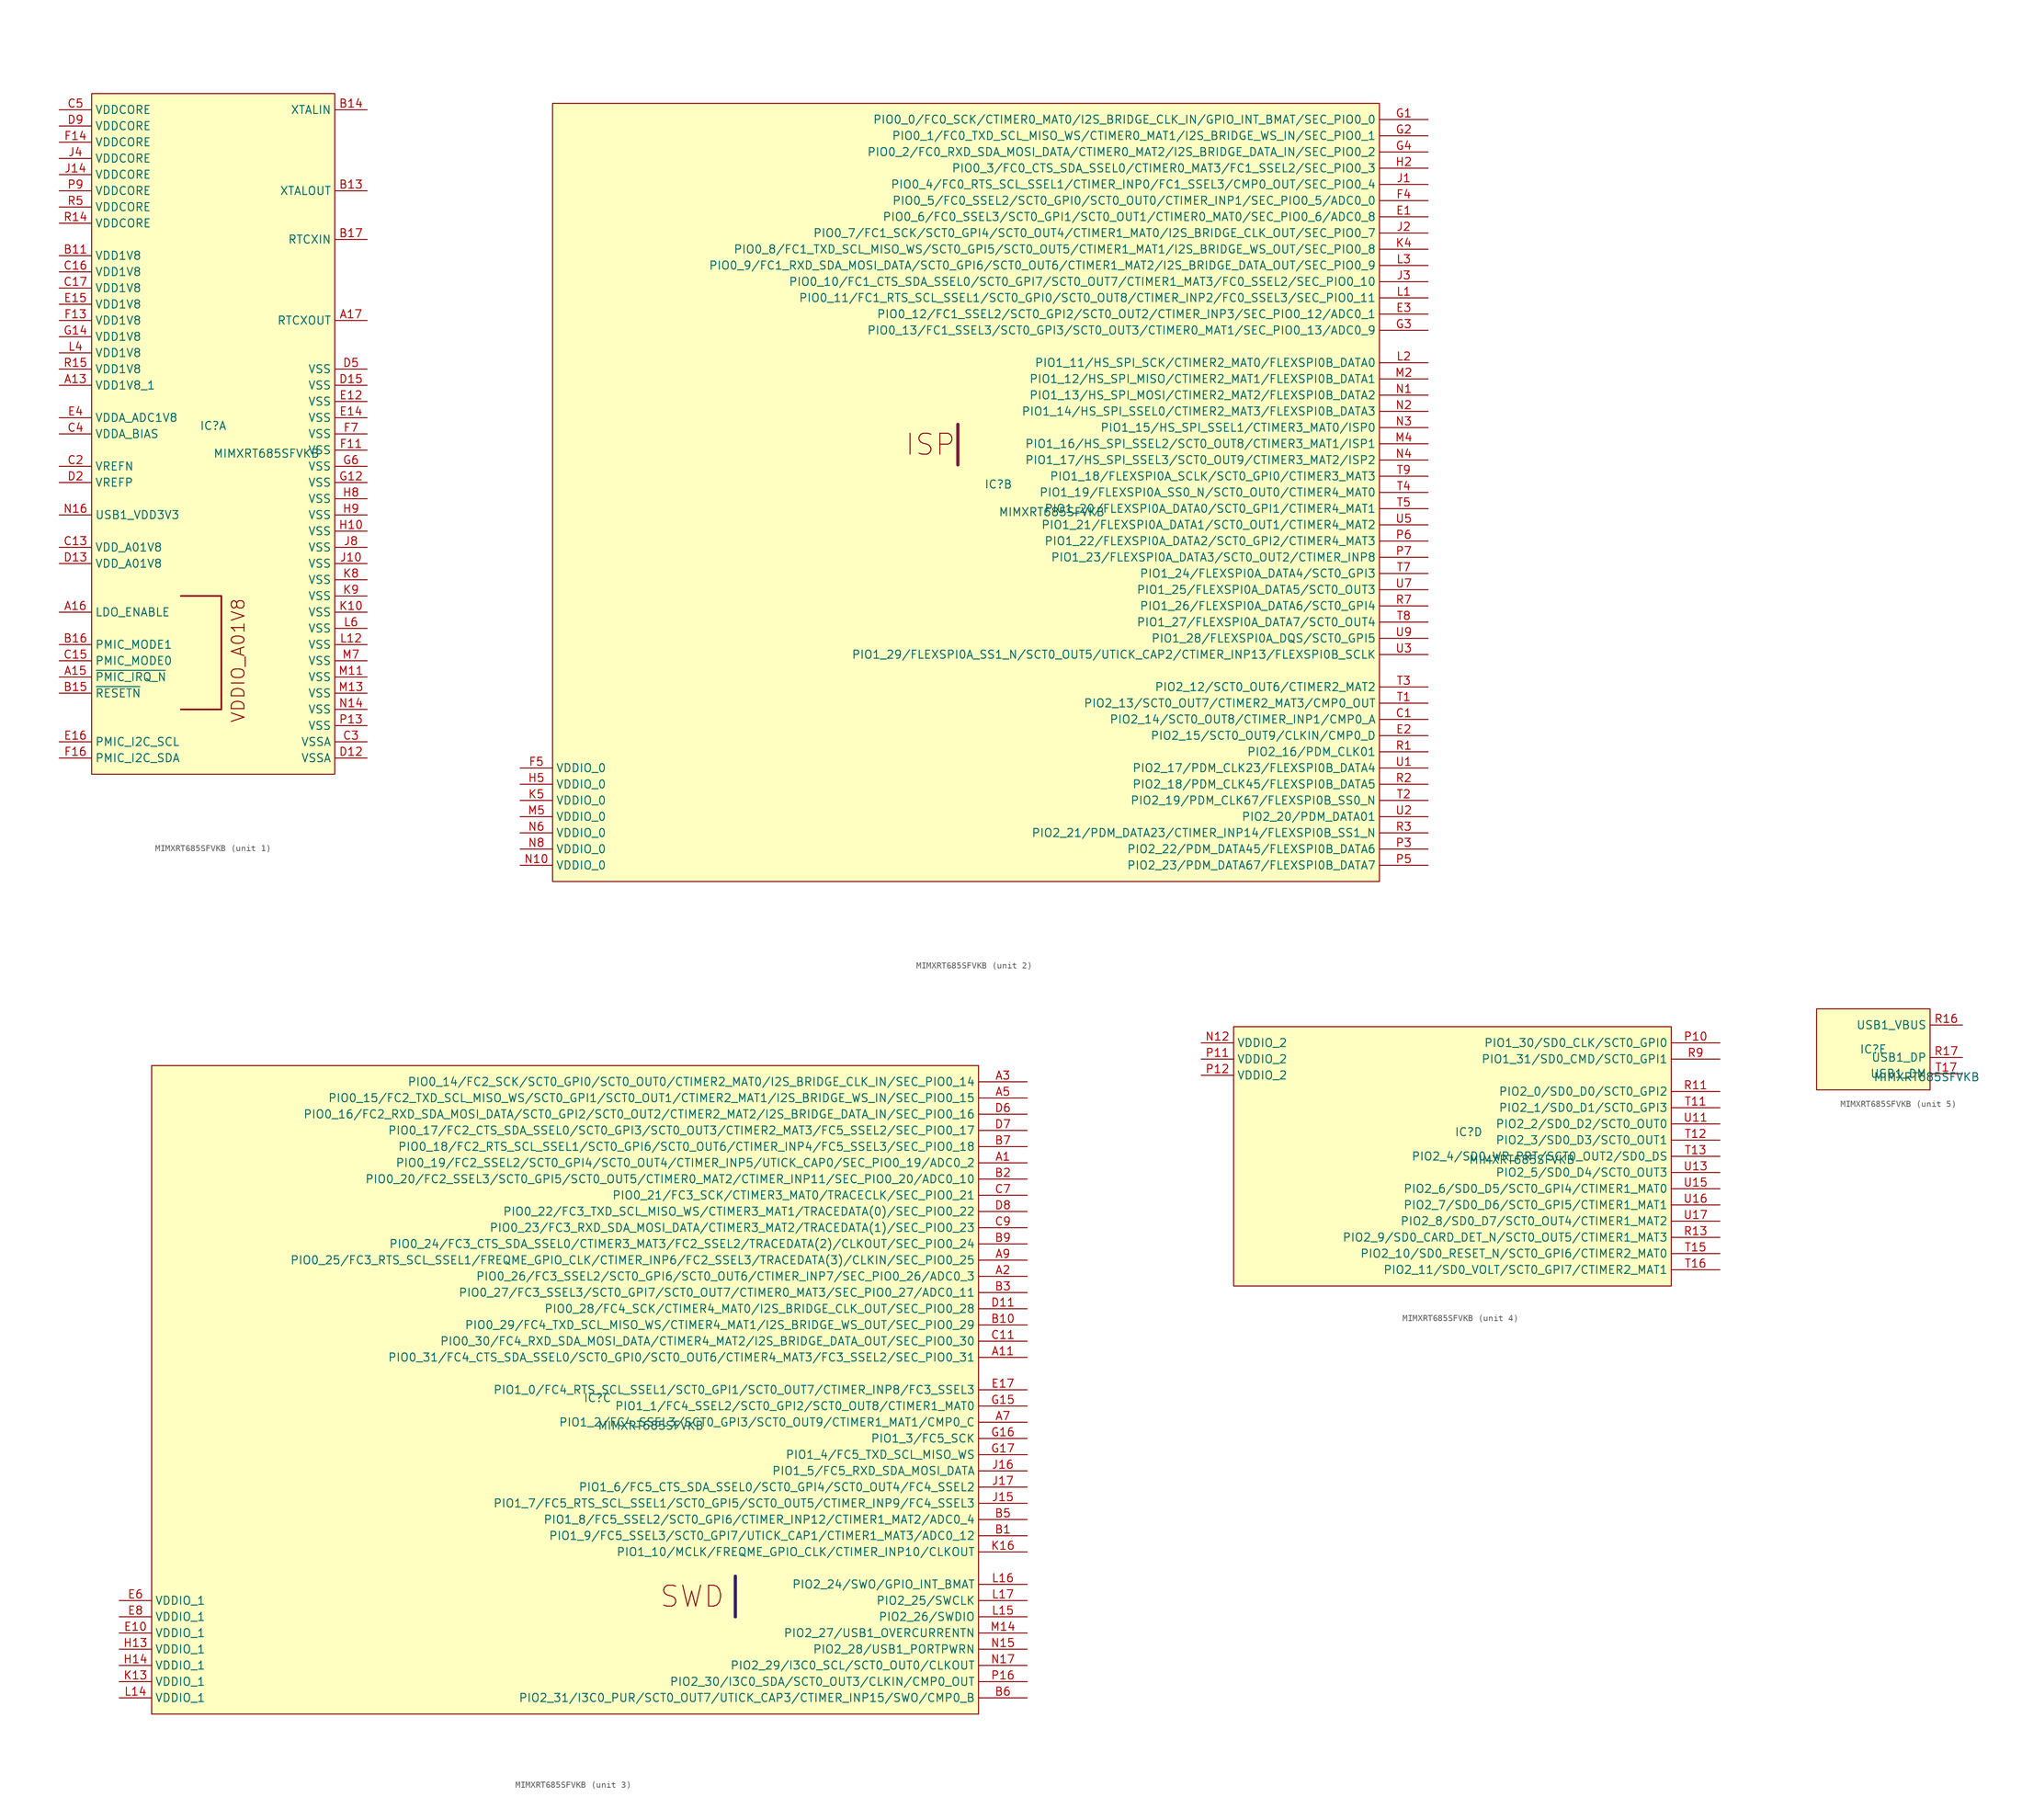
<source format=kicad_sym>
(kicad_symbol_lib
  (version 20231120)
  (generator "kicad_symbol_editor")
  (generator_version "8.0")
  (symbol "MIMXRT685SFVKB"
    (property "Reference" "IC"
      (at -1.27 1.27 0)
      (effects (font (size 1.27 1.27))))
    (property "Value" "MIMXRT685SFVKB"
      (at -1.27 -3.81 0)
      (effects (font (size 1.27 1.27)) (justify left bottom)))
    (symbol "MIMXRT685SFVKB_1_0"
      (rectangle (start -20.32 53.34) (end 17.78 -53.34) (stroke (width 0) (type solid) (color 128 0 0 1)) (fill (type background)))
      (polyline (pts (xy 0 -43.18) (xy -6.35 -43.18)) (stroke (width 0.254) (type solid)) (fill (type none)))
      (polyline (pts (xy 0 -25.4) (xy -6.35 -25.4)) (stroke (width 0.254) (type solid)) (fill (type none)))
      (polyline (pts (xy 0 -25.4) (xy 0 -43.18)) (stroke (width 0.254) (type solid)) (fill (type none)))
      (text "VDDIO_A01V8" (at 3.81 -25.654 900) (effects (font (size 2.007 2.007)) (justify right bottom)))
      (pin power_in line (at -25.4 7.62 0) (length 5.08) (name "VDD1V8_1" (effects (font (size 1.27 1.27)))) (number "A13" (effects (font (size 1.27 1.27)))))
      (pin input line (at -25.4 -38.1 0) (length 5.08) (name "~{PMIC_IRQ_N}" (effects (font (size 1.27 1.27)))) (number "A15" (effects (font (size 1.27 1.27)))))
      (pin input line (at -25.4 -27.94 0) (length 5.08) (name "LDO_ENABLE" (effects (font (size 1.27 1.27)))) (number "A16" (effects (font (size 1.27 1.27)))))
      (pin output line (at 22.86 17.78 180) (length 5.08) (name "RTCXOUT" (effects (font (size 1.27 1.27)))) (number "A17" (effects (font (size 1.27 1.27)))))
      (pin power_in line (at -25.4 27.94 0) (length 5.08) (name "VDD1V8" (effects (font (size 1.27 1.27)))) (number "B11" (effects (font (size 1.27 1.27)))))
      (pin output line (at 22.86 38.1 180) (length 5.08) (name "XTALOUT" (effects (font (size 1.27 1.27)))) (number "B13" (effects (font (size 1.27 1.27)))))
      (pin input line (at 22.86 50.8 180) (length 5.08) (name "XTALIN" (effects (font (size 1.27 1.27)))) (number "B14" (effects (font (size 1.27 1.27)))))
      (pin input line (at -25.4 -40.64 0) (length 5.08) (name "~{RESETN}" (effects (font (size 1.27 1.27)))) (number "B15" (effects (font (size 1.27 1.27)))))
      (pin output line (at -25.4 -33.02 0) (length 5.08) (name "PMIC_MODE1" (effects (font (size 1.27 1.27)))) (number "B16" (effects (font (size 1.27 1.27)))))
      (pin input line (at 22.86 30.48 180) (length 5.08) (name "RTCXIN" (effects (font (size 1.27 1.27)))) (number "B17" (effects (font (size 1.27 1.27)))))
      (pin power_in line (at -25.4 -17.78 0) (length 5.08) (name "VDD_A01V8" (effects (font (size 1.27 1.27)))) (number "C13" (effects (font (size 1.27 1.27)))))
      (pin output line (at -25.4 -35.56 0) (length 5.08) (name "PMIC_MODE0" (effects (font (size 1.27 1.27)))) (number "C15" (effects (font (size 1.27 1.27)))))
      (pin power_in line (at -25.4 25.4 0) (length 5.08) (name "VDD1V8" (effects (font (size 1.27 1.27)))) (number "C16" (effects (font (size 1.27 1.27)))))
      (pin power_in line (at -25.4 22.86 0) (length 5.08) (name "VDD1V8" (effects (font (size 1.27 1.27)))) (number "C17" (effects (font (size 1.27 1.27)))))
      (pin power_in line (at -25.4 -5.08 0) (length 5.08) (name "VREFN" (effects (font (size 1.27 1.27)))) (number "C2" (effects (font (size 1.27 1.27)))))
      (pin power_in line (at 22.86 -48.26 180) (length 5.08) (name "VSSA" (effects (font (size 1.27 1.27)))) (number "C3" (effects (font (size 1.27 1.27)))))
      (pin power_in line (at -25.4 0 0) (length 5.08) (name "VDDA_BIAS" (effects (font (size 1.27 1.27)))) (number "C4" (effects (font (size 1.27 1.27)))))
      (pin power_in line (at -25.4 50.8 0) (length 5.08) (name "VDDCORE" (effects (font (size 1.27 1.27)))) (number "C5" (effects (font (size 1.27 1.27)))))
      (pin power_in line (at 22.86 -50.8 180) (length 5.08) (name "VSSA" (effects (font (size 1.27 1.27)))) (number "D12" (effects (font (size 1.27 1.27)))))
      (pin power_in line (at -25.4 -20.32 0) (length 5.08) (name "VDD_A01V8" (effects (font (size 1.27 1.27)))) (number "D13" (effects (font (size 1.27 1.27)))))
      (pin power_in line (at 22.86 7.62 180) (length 5.08) (name "VSS" (effects (font (size 1.27 1.27)))) (number "D15" (effects (font (size 1.27 1.27)))))
      (pin power_in line (at -25.4 -7.62 0) (length 5.08) (name "VREFP" (effects (font (size 1.27 1.27)))) (number "D2" (effects (font (size 1.27 1.27)))))
      (pin power_in line (at 22.86 10.16 180) (length 5.08) (name "VSS" (effects (font (size 1.27 1.27)))) (number "D5" (effects (font (size 1.27 1.27)))))
      (pin power_in line (at -25.4 48.26 0) (length 5.08) (name "VDDCORE" (effects (font (size 1.27 1.27)))) (number "D9" (effects (font (size 1.27 1.27)))))
      (pin power_in line (at 22.86 5.08 180) (length 5.08) (name "VSS" (effects (font (size 1.27 1.27)))) (number "E12" (effects (font (size 1.27 1.27)))))
      (pin power_in line (at 22.86 2.54 180) (length 5.08) (name "VSS" (effects (font (size 1.27 1.27)))) (number "E14" (effects (font (size 1.27 1.27)))))
      (pin power_in line (at -25.4 20.32 0) (length 5.08) (name "VDD1V8" (effects (font (size 1.27 1.27)))) (number "E15" (effects (font (size 1.27 1.27)))))
      (pin output line (at -25.4 -48.26 0) (length 5.08) (name "PMIC_I2C_SCL" (effects (font (size 1.27 1.27)))) (number "E16" (effects (font (size 1.27 1.27)))))
      (pin power_in line (at -25.4 2.54 0) (length 5.08) (name "VDDA_ADC1V8" (effects (font (size 1.27 1.27)))) (number "E4" (effects (font (size 1.27 1.27)))))
      (pin power_in line (at 22.86 -2.54 180) (length 5.08) (name "VSS" (effects (font (size 1.27 1.27)))) (number "F11" (effects (font (size 1.27 1.27)))))
      (pin power_in line (at -25.4 17.78 0) (length 5.08) (name "VDD1V8" (effects (font (size 1.27 1.27)))) (number "F13" (effects (font (size 1.27 1.27)))))
      (pin power_in line (at -25.4 45.72 0) (length 5.08) (name "VDDCORE" (effects (font (size 1.27 1.27)))) (number "F14" (effects (font (size 1.27 1.27)))))
      (pin bidirectional line (at -25.4 -50.8 0) (length 5.08) (name "PMIC_I2C_SDA" (effects (font (size 1.27 1.27)))) (number "F16" (effects (font (size 1.27 1.27)))))
      (pin power_in line (at 22.86 0 180) (length 5.08) (name "VSS" (effects (font (size 1.27 1.27)))) (number "F7" (effects (font (size 1.27 1.27)))))
      (pin power_in line (at 22.86 -7.62 180) (length 5.08) (name "VSS" (effects (font (size 1.27 1.27)))) (number "G12" (effects (font (size 1.27 1.27)))))
      (pin power_in line (at -25.4 15.24 0) (length 5.08) (name "VDD1V8" (effects (font (size 1.27 1.27)))) (number "G14" (effects (font (size 1.27 1.27)))))
      (pin power_in line (at 22.86 -5.08 180) (length 5.08) (name "VSS" (effects (font (size 1.27 1.27)))) (number "G6" (effects (font (size 1.27 1.27)))))
      (pin power_in line (at 22.86 -15.24 180) (length 5.08) (name "VSS" (effects (font (size 1.27 1.27)))) (number "H10" (effects (font (size 1.27 1.27)))))
      (pin power_in line (at 22.86 -10.16 180) (length 5.08) (name "VSS" (effects (font (size 1.27 1.27)))) (number "H8" (effects (font (size 1.27 1.27)))))
      (pin power_in line (at 22.86 -12.7 180) (length 5.08) (name "VSS" (effects (font (size 1.27 1.27)))) (number "H9" (effects (font (size 1.27 1.27)))))
      (pin power_in line (at 22.86 -20.32 180) (length 5.08) (name "VSS" (effects (font (size 1.27 1.27)))) (number "J10" (effects (font (size 1.27 1.27)))))
      (pin power_in line (at -25.4 40.64 0) (length 5.08) (name "VDDCORE" (effects (font (size 1.27 1.27)))) (number "J14" (effects (font (size 1.27 1.27)))))
      (pin power_in line (at -25.4 43.18 0) (length 5.08) (name "VDDCORE" (effects (font (size 1.27 1.27)))) (number "J4" (effects (font (size 1.27 1.27)))))
      (pin power_in line (at 22.86 -17.78 180) (length 5.08) (name "VSS" (effects (font (size 1.27 1.27)))) (number "J8" (effects (font (size 1.27 1.27)))))
      (pin power_in line (at 22.86 -27.94 180) (length 5.08) (name "VSS" (effects (font (size 1.27 1.27)))) (number "K10" (effects (font (size 1.27 1.27)))))
      (pin power_in line (at 22.86 -22.86 180) (length 5.08) (name "VSS" (effects (font (size 1.27 1.27)))) (number "K8" (effects (font (size 1.27 1.27)))))
      (pin power_in line (at 22.86 -25.4 180) (length 5.08) (name "VSS" (effects (font (size 1.27 1.27)))) (number "K9" (effects (font (size 1.27 1.27)))))
      (pin power_in line (at 22.86 -33.02 180) (length 5.08) (name "VSS" (effects (font (size 1.27 1.27)))) (number "L12" (effects (font (size 1.27 1.27)))))
      (pin power_in line (at -25.4 12.7 0) (length 5.08) (name "VDD1V8" (effects (font (size 1.27 1.27)))) (number "L4" (effects (font (size 1.27 1.27)))))
      (pin power_in line (at 22.86 -30.48 180) (length 5.08) (name "VSS" (effects (font (size 1.27 1.27)))) (number "L6" (effects (font (size 1.27 1.27)))))
      (pin power_in line (at 22.86 -38.1 180) (length 5.08) (name "VSS" (effects (font (size 1.27 1.27)))) (number "M11" (effects (font (size 1.27 1.27)))))
      (pin power_in line (at 22.86 -40.64 180) (length 5.08) (name "VSS" (effects (font (size 1.27 1.27)))) (number "M13" (effects (font (size 1.27 1.27)))))
      (pin power_in line (at 22.86 -35.56 180) (length 5.08) (name "VSS" (effects (font (size 1.27 1.27)))) (number "M7" (effects (font (size 1.27 1.27)))))
      (pin power_in line (at 22.86 -43.18 180) (length 5.08) (name "VSS" (effects (font (size 1.27 1.27)))) (number "N14" (effects (font (size 1.27 1.27)))))
      (pin power_in line (at -25.4 -12.7 0) (length 5.08) (name "USB1_VDD3V3" (effects (font (size 1.27 1.27)))) (number "N16" (effects (font (size 1.27 1.27)))))
      (pin power_in line (at 22.86 -45.72 180) (length 5.08) (name "VSS" (effects (font (size 1.27 1.27)))) (number "P13" (effects (font (size 1.27 1.27)))))
      (pin power_in line (at -25.4 38.1 0) (length 5.08) (name "VDDCORE" (effects (font (size 1.27 1.27)))) (number "P9" (effects (font (size 1.27 1.27)))))
      (pin power_in line (at -25.4 33.02 0) (length 5.08) (name "VDDCORE" (effects (font (size 1.27 1.27)))) (number "R14" (effects (font (size 1.27 1.27)))))
      (pin power_in line (at -25.4 10.16 0) (length 5.08) (name "VDD1V8" (effects (font (size 1.27 1.27)))) (number "R15" (effects (font (size 1.27 1.27)))))
      (pin power_in line (at -25.4 35.56 0) (length 5.08) (name "VDDCORE" (effects (font (size 1.27 1.27)))) (number "R5" (effects (font (size 1.27 1.27))))))
    (symbol "MIMXRT685SFVKB_2_0"
      (rectangle (start -71.12 60.96) (end 58.42 -60.96) (stroke (width 0) (type solid) (color 128 0 0 1)) (fill (type background)))
      (polyline (pts (xy -7.62 10.668) (xy -7.62 4.318)) (stroke (width 0.508) (type solid) (color 116 27 71 1)) (fill (type none)))
      (text "ISP" (at -16.002 5.588 0) (effects (font (size 3.277 3.277)) (justify left bottom)))
      (pin bidirectional line (at 66.04 -35.56 180) (length 7.62) (name "PIO2_14/SCT0_OUT8/CTIMER_INP1/CMP0_A" (effects (font (size 1.27 1.27)))) (number "C1" (effects (font (size 1.27 1.27)))))
      (pin bidirectional line (at 66.04 43.18 180) (length 7.62) (name "PIO0_6/FC0_SSEL3/SCT0_GPI1/SCT0_OUT1/CTIMER0_MAT0/SEC_PIO0_6/ADC0_8" (effects (font (size 1.27 1.27)))) (number "E1" (effects (font (size 1.27 1.27)))))
      (pin bidirectional line (at 66.04 -38.1 180) (length 7.62) (name "PIO2_15/SCT0_OUT9/CLKIN/CMP0_D" (effects (font (size 1.27 1.27)))) (number "E2" (effects (font (size 1.27 1.27)))))
      (pin bidirectional line (at 66.04 27.94 180) (length 7.62) (name "PIO0_12/FC1_SSEL2/SCT0_GPI2/SCT0_OUT2/CTIMER_INP3/SEC_PIO0_12/ADC0_1" (effects (font (size 1.27 1.27)))) (number "E3" (effects (font (size 1.27 1.27)))))
      (pin bidirectional line (at 66.04 45.72 180) (length 7.62) (name "PIO0_5/FC0_SSEL2/SCT0_GPI0/SCT0_OUT0/CTIMER_INP1/SEC_PIO0_5/ADC0_0" (effects (font (size 1.27 1.27)))) (number "F4" (effects (font (size 1.27 1.27)))))
      (pin power_in line (at -76.2 -43.18 0) (length 5.08) (name "VDDIO_0" (effects (font (size 1.27 1.27)))) (number "F5" (effects (font (size 1.27 1.27)))))
      (pin bidirectional line (at 66.04 58.42 180) (length 7.62) (name "PIO0_0/FC0_SCK/CTIMER0_MAT0/I2S_BRIDGE_CLK_IN/GPIO_INT_BMAT/SEC_PIO0_0" (effects (font (size 1.27 1.27)))) (number "G1" (effects (font (size 1.27 1.27)))))
      (pin bidirectional line (at 66.04 55.88 180) (length 7.62) (name "PIO0_1/FC0_TXD_SCL_MISO_WS/CTIMER0_MAT1/I2S_BRIDGE_WS_IN/SEC_PIO0_1" (effects (font (size 1.27 1.27)))) (number "G2" (effects (font (size 1.27 1.27)))))
      (pin bidirectional line (at 66.04 25.4 180) (length 7.62) (name "PIO0_13/FC1_SSEL3/SCT0_GPI3/SCT0_OUT3/CTIMER0_MAT1/SEC_PIO0_13/ADC0_9" (effects (font (size 1.27 1.27)))) (number "G3" (effects (font (size 1.27 1.27)))))
      (pin bidirectional line (at 66.04 53.34 180) (length 7.62) (name "PIO0_2/FC0_RXD_SDA_MOSI_DATA/CTIMER0_MAT2/I2S_BRIDGE_DATA_IN/SEC_PIO0_2" (effects (font (size 1.27 1.27)))) (number "G4" (effects (font (size 1.27 1.27)))))
      (pin bidirectional line (at 66.04 50.8 180) (length 7.62) (name "PIO0_3/FC0_CTS_SDA_SSEL0/CTIMER0_MAT3/FC1_SSEL2/SEC_PIO0_3" (effects (font (size 1.27 1.27)))) (number "H2" (effects (font (size 1.27 1.27)))))
      (pin power_in line (at -76.2 -45.72 0) (length 5.08) (name "VDDIO_0" (effects (font (size 1.27 1.27)))) (number "H5" (effects (font (size 1.27 1.27)))))
      (pin bidirectional line (at 66.04 48.26 180) (length 7.62) (name "PIO0_4/FC0_RTS_SCL_SSEL1/CTIMER_INP0/FC1_SSEL3/CMP0_OUT/SEC_PIO0_4" (effects (font (size 1.27 1.27)))) (number "J1" (effects (font (size 1.27 1.27)))))
      (pin bidirectional line (at 66.04 40.64 180) (length 7.62) (name "PIO0_7/FC1_SCK/SCT0_GPI4/SCT0_OUT4/CTIMER1_MAT0/I2S_BRIDGE_CLK_OUT/SEC_PIO0_7" (effects (font (size 1.27 1.27)))) (number "J2" (effects (font (size 1.27 1.27)))))
      (pin bidirectional line (at 66.04 33.02 180) (length 7.62) (name "PIO0_10/FC1_CTS_SDA_SSEL0/SCT0_GPI7/SCT0_OUT7/CTIMER1_MAT3/FC0_SSEL2/SEC_PIO0_10" (effects (font (size 1.27 1.27)))) (number "J3" (effects (font (size 1.27 1.27)))))
      (pin bidirectional line (at 66.04 38.1 180) (length 7.62) (name "PIO0_8/FC1_TXD_SCL_MISO_WS/SCT0_GPI5/SCT0_OUT5/CTIMER1_MAT1/I2S_BRIDGE_WS_OUT/SEC_PIO0_8" (effects (font (size 1.27 1.27)))) (number "K4" (effects (font (size 1.27 1.27)))))
      (pin power_in line (at -76.2 -48.26 0) (length 5.08) (name "VDDIO_0" (effects (font (size 1.27 1.27)))) (number "K5" (effects (font (size 1.27 1.27)))))
      (pin bidirectional line (at 66.04 30.48 180) (length 7.62) (name "PIO0_11/FC1_RTS_SCL_SSEL1/SCT0_GPI0/SCT0_OUT8/CTIMER_INP2/FC0_SSEL3/SEC_PIO0_11" (effects (font (size 1.27 1.27)))) (number "L1" (effects (font (size 1.27 1.27)))))
      (pin bidirectional line (at 66.04 20.32 180) (length 7.62) (name "PIO1_11/HS_SPI_SCK/CTIMER2_MAT0/FLEXSPI0B_DATA0" (effects (font (size 1.27 1.27)))) (number "L2" (effects (font (size 1.27 1.27)))))
      (pin bidirectional line (at 66.04 35.56 180) (length 7.62) (name "PIO0_9/FC1_RXD_SDA_MOSI_DATA/SCT0_GPI6/SCT0_OUT6/CTIMER1_MAT2/I2S_BRIDGE_DATA_OUT/SEC_PIO0_9" (effects (font (size 1.27 1.27)))) (number "L3" (effects (font (size 1.27 1.27)))))
      (pin bidirectional line (at 66.04 17.78 180) (length 7.62) (name "PIO1_12/HS_SPI_MISO/CTIMER2_MAT1/FLEXSPI0B_DATA1" (effects (font (size 1.27 1.27)))) (number "M2" (effects (font (size 1.27 1.27)))))
      (pin bidirectional line (at 66.04 7.62 180) (length 7.62) (name "PIO1_16/HS_SPI_SSEL2/SCT0_OUT8/CTIMER3_MAT1/ISP1" (effects (font (size 1.27 1.27)))) (number "M4" (effects (font (size 1.27 1.27)))))
      (pin power_in line (at -76.2 -50.8 0) (length 5.08) (name "VDDIO_0" (effects (font (size 1.27 1.27)))) (number "M5" (effects (font (size 1.27 1.27)))))
      (pin bidirectional line (at 66.04 15.24 180) (length 7.62) (name "PIO1_13/HS_SPI_MOSI/CTIMER2_MAT2/FLEXSPI0B_DATA2" (effects (font (size 1.27 1.27)))) (number "N1" (effects (font (size 1.27 1.27)))))
      (pin power_in line (at -76.2 -58.42 0) (length 5.08) (name "VDDIO_0" (effects (font (size 1.27 1.27)))) (number "N10" (effects (font (size 1.27 1.27)))))
      (pin bidirectional line (at 66.04 12.7 180) (length 7.62) (name "PIO1_14/HS_SPI_SSEL0/CTIMER2_MAT3/FLEXSPI0B_DATA3" (effects (font (size 1.27 1.27)))) (number "N2" (effects (font (size 1.27 1.27)))))
      (pin bidirectional line (at 66.04 10.16 180) (length 7.62) (name "PIO1_15/HS_SPI_SSEL1/CTIMER3_MAT0/ISP0" (effects (font (size 1.27 1.27)))) (number "N3" (effects (font (size 1.27 1.27)))))
      (pin bidirectional line (at 66.04 5.08 180) (length 7.62) (name "PIO1_17/HS_SPI_SSEL3/SCT0_OUT9/CTIMER3_MAT2/ISP2" (effects (font (size 1.27 1.27)))) (number "N4" (effects (font (size 1.27 1.27)))))
      (pin power_in line (at -76.2 -53.34 0) (length 5.08) (name "VDDIO_0" (effects (font (size 1.27 1.27)))) (number "N6" (effects (font (size 1.27 1.27)))))
      (pin power_in line (at -76.2 -55.88 0) (length 5.08) (name "VDDIO_0" (effects (font (size 1.27 1.27)))) (number "N8" (effects (font (size 1.27 1.27)))))
      (pin bidirectional line (at 66.04 -55.88 180) (length 7.62) (name "PIO2_22/PDM_DATA45/FLEXSPI0B_DATA6" (effects (font (size 1.27 1.27)))) (number "P3" (effects (font (size 1.27 1.27)))))
      (pin bidirectional line (at 66.04 -58.42 180) (length 7.62) (name "PIO2_23/PDM_DATA67/FLEXSPI0B_DATA7" (effects (font (size 1.27 1.27)))) (number "P5" (effects (font (size 1.27 1.27)))))
      (pin bidirectional line (at 66.04 -7.62 180) (length 7.62) (name "PIO1_22/FLEXSPI0A_DATA2/SCT0_GPI2/CTIMER4_MAT3" (effects (font (size 1.27 1.27)))) (number "P6" (effects (font (size 1.27 1.27)))))
      (pin bidirectional line (at 66.04 -10.16 180) (length 7.62) (name "PIO1_23/FLEXSPI0A_DATA3/SCT0_OUT2/CTIMER_INP8" (effects (font (size 1.27 1.27)))) (number "P7" (effects (font (size 1.27 1.27)))))
      (pin bidirectional line (at 66.04 -40.64 180) (length 7.62) (name "PIO2_16/PDM_CLK01" (effects (font (size 1.27 1.27)))) (number "R1" (effects (font (size 1.27 1.27)))))
      (pin bidirectional line (at 66.04 -45.72 180) (length 7.62) (name "PIO2_18/PDM_CLK45/FLEXSPI0B_DATA5" (effects (font (size 1.27 1.27)))) (number "R2" (effects (font (size 1.27 1.27)))))
      (pin bidirectional line (at 66.04 -53.34 180) (length 7.62) (name "PIO2_21/PDM_DATA23/CTIMER_INP14/FLEXSPI0B_SS1_N" (effects (font (size 1.27 1.27)))) (number "R3" (effects (font (size 1.27 1.27)))))
      (pin bidirectional line (at 66.04 -17.78 180) (length 7.62) (name "PIO1_26/FLEXSPI0A_DATA6/SCT0_GPI4" (effects (font (size 1.27 1.27)))) (number "R7" (effects (font (size 1.27 1.27)))))
      (pin bidirectional line (at 66.04 -33.02 180) (length 7.62) (name "PIO2_13/SCT0_OUT7/CTIMER2_MAT3/CMP0_OUT" (effects (font (size 1.27 1.27)))) (number "T1" (effects (font (size 1.27 1.27)))))
      (pin bidirectional line (at 66.04 -48.26 180) (length 7.62) (name "PIO2_19/PDM_CLK67/FLEXSPI0B_SS0_N" (effects (font (size 1.27 1.27)))) (number "T2" (effects (font (size 1.27 1.27)))))
      (pin bidirectional line (at 66.04 -30.48 180) (length 7.62) (name "PIO2_12/SCT0_OUT6/CTIMER2_MAT2" (effects (font (size 1.27 1.27)))) (number "T3" (effects (font (size 1.27 1.27)))))
      (pin bidirectional line (at 66.04 0 180) (length 7.62) (name "PIO1_19/FLEXSPI0A_SS0_N/SCT0_OUT0/CTIMER4_MAT0" (effects (font (size 1.27 1.27)))) (number "T4" (effects (font (size 1.27 1.27)))))
      (pin bidirectional line (at 66.04 -2.54 180) (length 7.62) (name "PIO1_20/FLEXSPI0A_DATA0/SCT0_GPI1/CTIMER4_MAT1" (effects (font (size 1.27 1.27)))) (number "T5" (effects (font (size 1.27 1.27)))))
      (pin bidirectional line (at 66.04 -12.7 180) (length 7.62) (name "PIO1_24/FLEXSPI0A_DATA4/SCT0_GPI3" (effects (font (size 1.27 1.27)))) (number "T7" (effects (font (size 1.27 1.27)))))
      (pin bidirectional line (at 66.04 -20.32 180) (length 7.62) (name "PIO1_27/FLEXSPI0A_DATA7/SCT0_OUT4" (effects (font (size 1.27 1.27)))) (number "T8" (effects (font (size 1.27 1.27)))))
      (pin bidirectional line (at 66.04 2.54 180) (length 7.62) (name "PIO1_18/FLEXSPI0A_SCLK/SCT0_GPI0/CTIMER3_MAT3" (effects (font (size 1.27 1.27)))) (number "T9" (effects (font (size 1.27 1.27)))))
      (pin bidirectional line (at 66.04 -43.18 180) (length 7.62) (name "PIO2_17/PDM_CLK23/FLEXSPI0B_DATA4" (effects (font (size 1.27 1.27)))) (number "U1" (effects (font (size 1.27 1.27)))))
      (pin bidirectional line (at 66.04 -50.8 180) (length 7.62) (name "PIO2_20/PDM_DATA01" (effects (font (size 1.27 1.27)))) (number "U2" (effects (font (size 1.27 1.27)))))
      (pin bidirectional line (at 66.04 -25.4 180) (length 7.62) (name "PIO1_29/FLEXSPI0A_SS1_N/SCT0_OUT5/UTICK_CAP2/CTIMER_INP13/FLEXSPI0B_SCLK" (effects (font (size 1.27 1.27)))) (number "U3" (effects (font (size 1.27 1.27)))))
      (pin bidirectional line (at 66.04 -5.08 180) (length 7.62) (name "PIO1_21/FLEXSPI0A_DATA1/SCT0_OUT1/CTIMER4_MAT2" (effects (font (size 1.27 1.27)))) (number "U5" (effects (font (size 1.27 1.27)))))
      (pin bidirectional line (at 66.04 -15.24 180) (length 7.62) (name "PIO1_25/FLEXSPI0A_DATA5/SCT0_OUT3" (effects (font (size 1.27 1.27)))) (number "U7" (effects (font (size 1.27 1.27)))))
      (pin bidirectional line (at 66.04 -22.86 180) (length 7.62) (name "PIO1_28/FLEXSPI0A_DQS/SCT0_GPI5" (effects (font (size 1.27 1.27)))) (number "U9" (effects (font (size 1.27 1.27))))))
    (symbol "MIMXRT685SFVKB_3_0"
      (rectangle (start -71.12 53.34) (end 58.42 -48.26) (stroke (width 0) (type solid) (color 128 0 0 1)) (fill (type background)))
      (polyline (pts (xy 20.32 -26.67) (xy 20.32 -33.02)) (stroke (width 0.508) (type solid) (color 53 28 117 1)) (fill (type none)))
      (text "SWD" (at 8.382 -31.75 0) (effects (font (size 3.277 3.277)) (justify left bottom)))
      (pin bidirectional line (at 66.04 38.1 180) (length 7.62) (name "PIO0_19/FC2_SSEL2/SCT0_GPI4/SCT0_OUT4/CTIMER_INP5/UTICK_CAP0/SEC_PIO0_19/ADC0_2" (effects (font (size 1.27 1.27)))) (number "A1" (effects (font (size 1.27 1.27)))))
      (pin bidirectional line (at 66.04 7.62 180) (length 7.62) (name "PIO0_31/FC4_CTS_SDA_SSEL0/SCT0_GPI0/SCT0_OUT6/CTIMER4_MAT3/FC3_SSEL2/SEC_PIO0_31" (effects (font (size 1.27 1.27)))) (number "A11" (effects (font (size 1.27 1.27)))))
      (pin bidirectional line (at 66.04 20.32 180) (length 7.62) (name "PIO0_26/FC3_SSEL2/SCT0_GPI6/SCT0_OUT6/CTIMER_INP7/SEC_PIO0_26/ADC0_3" (effects (font (size 1.27 1.27)))) (number "A2" (effects (font (size 1.27 1.27)))))
      (pin bidirectional line (at 66.04 50.8 180) (length 7.62) (name "PIO0_14/FC2_SCK/SCT0_GPI0/SCT0_OUT0/CTIMER2_MAT0/I2S_BRIDGE_CLK_IN/SEC_PIO0_14" (effects (font (size 1.27 1.27)))) (number "A3" (effects (font (size 1.27 1.27)))))
      (pin bidirectional line (at 66.04 48.26 180) (length 7.62) (name "PIO0_15/FC2_TXD_SCL_MISO_WS/SCT0_GPI1/SCT0_OUT1/CTIMER2_MAT1/I2S_BRIDGE_WS_IN/SEC_PIO0_15" (effects (font (size 1.27 1.27)))) (number "A5" (effects (font (size 1.27 1.27)))))
      (pin bidirectional line (at 66.04 -2.54 180) (length 7.62) (name "PIO1_2/FC4_SSEL3/SCT0_GPI3/SCT0_OUT9/CTIMER1_MAT1/CMP0_C" (effects (font (size 1.27 1.27)))) (number "A7" (effects (font (size 1.27 1.27)))))
      (pin bidirectional line (at 66.04 22.86 180) (length 7.62) (name "PIO0_25/FC3_RTS_SCL_SSEL1/FREQME_GPIO_CLK/CTIMER_INP6/FC2_SSEL3/TRACEDATA(3)/CLKIN/SEC_PIO0_25" (effects (font (size 1.27 1.27)))) (number "A9" (effects (font (size 1.27 1.27)))))
      (pin bidirectional line (at 66.04 -20.32 180) (length 7.62) (name "PIO1_9/FC5_SSEL3/SCT0_GPI7/UTICK_CAP1/CTIMER1_MAT3/ADC0_12" (effects (font (size 1.27 1.27)))) (number "B1" (effects (font (size 1.27 1.27)))))
      (pin bidirectional line (at 66.04 12.7 180) (length 7.62) (name "PIO0_29/FC4_TXD_SCL_MISO_WS/CTIMER4_MAT1/I2S_BRIDGE_WS_OUT/SEC_PIO0_29" (effects (font (size 1.27 1.27)))) (number "B10" (effects (font (size 1.27 1.27)))))
      (pin bidirectional line (at 66.04 35.56 180) (length 7.62) (name "PIO0_20/FC2_SSEL3/SCT0_GPI5/SCT0_OUT5/CTIMER0_MAT2/CTIMER_INP11/SEC_PIO0_20/ADC0_10" (effects (font (size 1.27 1.27)))) (number "B2" (effects (font (size 1.27 1.27)))))
      (pin bidirectional line (at 66.04 17.78 180) (length 7.62) (name "PIO0_27/FC3_SSEL3/SCT0_GPI7/SCT0_OUT7/CTIMER0_MAT3/SEC_PIO0_27/ADC0_11" (effects (font (size 1.27 1.27)))) (number "B3" (effects (font (size 1.27 1.27)))))
      (pin bidirectional line (at 66.04 -17.78 180) (length 7.62) (name "PIO1_8/FC5_SSEL2/SCT0_GPI6/CTIMER_INP12/CTIMER1_MAT2/ADC0_4" (effects (font (size 1.27 1.27)))) (number "B5" (effects (font (size 1.27 1.27)))))
      (pin bidirectional line (at 66.04 -45.72 180) (length 7.62) (name "PIO2_31/I3C0_PUR/SCT0_OUT7/UTICK_CAP3/CTIMER_INP15/SWO/CMP0_B" (effects (font (size 1.27 1.27)))) (number "B6" (effects (font (size 1.27 1.27)))))
      (pin bidirectional line (at 66.04 40.64 180) (length 7.62) (name "PIO0_18/FC2_RTS_SCL_SSEL1/SCT0_GPI6/SCT0_OUT6/CTIMER_INP4/FC5_SSEL3/SEC_PIO0_18" (effects (font (size 1.27 1.27)))) (number "B7" (effects (font (size 1.27 1.27)))))
      (pin bidirectional line (at 66.04 25.4 180) (length 7.62) (name "PIO0_24/FC3_CTS_SDA_SSEL0/CTIMER3_MAT3/FC2_SSEL2/TRACEDATA(2)/CLKOUT/SEC_PIO0_24" (effects (font (size 1.27 1.27)))) (number "B9" (effects (font (size 1.27 1.27)))))
      (pin bidirectional line (at 66.04 10.16 180) (length 7.62) (name "PIO0_30/FC4_RXD_SDA_MOSI_DATA/CTIMER4_MAT2/I2S_BRIDGE_DATA_OUT/SEC_PIO0_30" (effects (font (size 1.27 1.27)))) (number "C11" (effects (font (size 1.27 1.27)))))
      (pin bidirectional line (at 66.04 33.02 180) (length 7.62) (name "PIO0_21/FC3_SCK/CTIMER3_MAT0/TRACECLK/SEC_PIO0_21" (effects (font (size 1.27 1.27)))) (number "C7" (effects (font (size 1.27 1.27)))))
      (pin bidirectional line (at 66.04 27.94 180) (length 7.62) (name "PIO0_23/FC3_RXD_SDA_MOSI_DATA/CTIMER3_MAT2/TRACEDATA(1)/SEC_PIO0_23" (effects (font (size 1.27 1.27)))) (number "C9" (effects (font (size 1.27 1.27)))))
      (pin bidirectional line (at 66.04 15.24 180) (length 7.62) (name "PIO0_28/FC4_SCK/CTIMER4_MAT0/I2S_BRIDGE_CLK_OUT/SEC_PIO0_28" (effects (font (size 1.27 1.27)))) (number "D11" (effects (font (size 1.27 1.27)))))
      (pin bidirectional line (at 66.04 45.72 180) (length 7.62) (name "PIO0_16/FC2_RXD_SDA_MOSI_DATA/SCT0_GPI2/SCT0_OUT2/CTIMER2_MAT2/I2S_BRIDGE_DATA_IN/SEC_PIO0_16" (effects (font (size 1.27 1.27)))) (number "D6" (effects (font (size 1.27 1.27)))))
      (pin bidirectional line (at 66.04 43.18 180) (length 7.62) (name "PIO0_17/FC2_CTS_SDA_SSEL0/SCT0_GPI3/SCT0_OUT3/CTIMER2_MAT3/FC5_SSEL2/SEC_PIO0_17" (effects (font (size 1.27 1.27)))) (number "D7" (effects (font (size 1.27 1.27)))))
      (pin bidirectional line (at 66.04 30.48 180) (length 7.62) (name "PIO0_22/FC3_TXD_SCL_MISO_WS/CTIMER3_MAT1/TRACEDATA(0)/SEC_PIO0_22" (effects (font (size 1.27 1.27)))) (number "D8" (effects (font (size 1.27 1.27)))))
      (pin power_in line (at -76.2 -35.56 0) (length 5.08) (name "VDDIO_1" (effects (font (size 1.27 1.27)))) (number "E10" (effects (font (size 1.27 1.27)))))
      (pin bidirectional line (at 66.04 2.54 180) (length 7.62) (name "PIO1_0/FC4_RTS_SCL_SSEL1/SCT0_GPI1/SCT0_OUT7/CTIMER_INP8/FC3_SSEL3" (effects (font (size 1.27 1.27)))) (number "E17" (effects (font (size 1.27 1.27)))))
      (pin power_in line (at -76.2 -30.48 0) (length 5.08) (name "VDDIO_1" (effects (font (size 1.27 1.27)))) (number "E6" (effects (font (size 1.27 1.27)))))
      (pin power_in line (at -76.2 -33.02 0) (length 5.08) (name "VDDIO_1" (effects (font (size 1.27 1.27)))) (number "E8" (effects (font (size 1.27 1.27)))))
      (pin bidirectional line (at 66.04 0 180) (length 7.62) (name "PIO1_1/FC4_SSEL2/SCT0_GPI2/SCT0_OUT8/CTIMER1_MAT0" (effects (font (size 1.27 1.27)))) (number "G15" (effects (font (size 1.27 1.27)))))
      (pin bidirectional line (at 66.04 -5.08 180) (length 7.62) (name "PIO1_3/FC5_SCK" (effects (font (size 1.27 1.27)))) (number "G16" (effects (font (size 1.27 1.27)))))
      (pin bidirectional line (at 66.04 -7.62 180) (length 7.62) (name "PIO1_4/FC5_TXD_SCL_MISO_WS" (effects (font (size 1.27 1.27)))) (number "G17" (effects (font (size 1.27 1.27)))))
      (pin power_in line (at -76.2 -38.1 0) (length 5.08) (name "VDDIO_1" (effects (font (size 1.27 1.27)))) (number "H13" (effects (font (size 1.27 1.27)))))
      (pin power_in line (at -76.2 -40.64 0) (length 5.08) (name "VDDIO_1" (effects (font (size 1.27 1.27)))) (number "H14" (effects (font (size 1.27 1.27)))))
      (pin bidirectional line (at 66.04 -15.24 180) (length 7.62) (name "PIO1_7/FC5_RTS_SCL_SSEL1/SCT0_GPI5/SCT0_OUT5/CTIMER_INP9/FC4_SSEL3" (effects (font (size 1.27 1.27)))) (number "J15" (effects (font (size 1.27 1.27)))))
      (pin bidirectional line (at 66.04 -10.16 180) (length 7.62) (name "PIO1_5/FC5_RXD_SDA_MOSI_DATA" (effects (font (size 1.27 1.27)))) (number "J16" (effects (font (size 1.27 1.27)))))
      (pin bidirectional line (at 66.04 -12.7 180) (length 7.62) (name "PIO1_6/FC5_CTS_SDA_SSEL0/SCT0_GPI4/SCT0_OUT4/FC4_SSEL2" (effects (font (size 1.27 1.27)))) (number "J17" (effects (font (size 1.27 1.27)))))
      (pin power_in line (at -76.2 -43.18 0) (length 5.08) (name "VDDIO_1" (effects (font (size 1.27 1.27)))) (number "K13" (effects (font (size 1.27 1.27)))))
      (pin bidirectional line (at 66.04 -22.86 180) (length 7.62) (name "PIO1_10/MCLK/FREQME_GPIO_CLK/CTIMER_INP10/CLKOUT" (effects (font (size 1.27 1.27)))) (number "K16" (effects (font (size 1.27 1.27)))))
      (pin power_in line (at -76.2 -45.72 0) (length 5.08) (name "VDDIO_1" (effects (font (size 1.27 1.27)))) (number "L14" (effects (font (size 1.27 1.27)))))
      (pin bidirectional line (at 66.04 -33.02 180) (length 7.62) (name "PIO2_26/SWDIO" (effects (font (size 1.27 1.27)))) (number "L15" (effects (font (size 1.27 1.27)))))
      (pin bidirectional line (at 66.04 -27.94 180) (length 7.62) (name "PIO2_24/SWO/GPIO_INT_BMAT" (effects (font (size 1.27 1.27)))) (number "L16" (effects (font (size 1.27 1.27)))))
      (pin bidirectional line (at 66.04 -30.48 180) (length 7.62) (name "PIO2_25/SWCLK" (effects (font (size 1.27 1.27)))) (number "L17" (effects (font (size 1.27 1.27)))))
      (pin bidirectional line (at 66.04 -35.56 180) (length 7.62) (name "PIO2_27/USB1_OVERCURRENTN" (effects (font (size 1.27 1.27)))) (number "M14" (effects (font (size 1.27 1.27)))))
      (pin bidirectional line (at 66.04 -38.1 180) (length 7.62) (name "PIO2_28/USB1_PORTPWRN" (effects (font (size 1.27 1.27)))) (number "N15" (effects (font (size 1.27 1.27)))))
      (pin bidirectional line (at 66.04 -40.64 180) (length 7.62) (name "PIO2_29/I3C0_SCL/SCT0_OUT0/CLKOUT" (effects (font (size 1.27 1.27)))) (number "N17" (effects (font (size 1.27 1.27)))))
      (pin bidirectional line (at 66.04 -43.18 180) (length 7.62) (name "PIO2_30/I3C0_SDA/SCT0_OUT3/CLKIN/CMP0_OUT" (effects (font (size 1.27 1.27)))) (number "P16" (effects (font (size 1.27 1.27))))))
    (symbol "MIMXRT685SFVKB_4_0"
      (rectangle (start -38.1 17.78) (end 30.48 -22.86) (stroke (width 0) (type solid) (color 128 0 0 1)) (fill (type background)))
      (pin power_in line (at -43.18 15.24 0) (length 5.08) (name "VDDIO_2" (effects (font (size 1.27 1.27)))) (number "N12" (effects (font (size 1.27 1.27)))))
      (pin bidirectional line (at 38.1 15.24 180) (length 7.62) (name "PIO1_30/SD0_CLK/SCT0_GPI0" (effects (font (size 1.27 1.27)))) (number "P10" (effects (font (size 1.27 1.27)))))
      (pin power_in line (at -43.18 12.7 0) (length 5.08) (name "VDDIO_2" (effects (font (size 1.27 1.27)))) (number "P11" (effects (font (size 1.27 1.27)))))
      (pin power_in line (at -43.18 10.16 0) (length 5.08) (name "VDDIO_2" (effects (font (size 1.27 1.27)))) (number "P12" (effects (font (size 1.27 1.27)))))
      (pin bidirectional line (at 38.1 7.62 180) (length 7.62) (name "PIO2_0/SD0_D0/SCT0_GPI2" (effects (font (size 1.27 1.27)))) (number "R11" (effects (font (size 1.27 1.27)))))
      (pin bidirectional line (at 38.1 -15.24 180) (length 7.62) (name "PIO2_9/SD0_CARD_DET_N/SCT0_OUT5/CTIMER1_MAT3" (effects (font (size 1.27 1.27)))) (number "R13" (effects (font (size 1.27 1.27)))))
      (pin bidirectional line (at 38.1 12.7 180) (length 7.62) (name "PIO1_31/SD0_CMD/SCT0_GPI1" (effects (font (size 1.27 1.27)))) (number "R9" (effects (font (size 1.27 1.27)))))
      (pin bidirectional line (at 38.1 5.08 180) (length 7.62) (name "PIO2_1/SD0_D1/SCT0_GPI3" (effects (font (size 1.27 1.27)))) (number "T11" (effects (font (size 1.27 1.27)))))
      (pin bidirectional line (at 38.1 0 180) (length 7.62) (name "PIO2_3/SD0_D3/SCT0_OUT1" (effects (font (size 1.27 1.27)))) (number "T12" (effects (font (size 1.27 1.27)))))
      (pin bidirectional line (at 38.1 -2.54 180) (length 7.62) (name "PIO2_4/SD0_WR_PRT/SCT0_OUT2/SD0_DS" (effects (font (size 1.27 1.27)))) (number "T13" (effects (font (size 1.27 1.27)))))
      (pin bidirectional line (at 38.1 -17.78 180) (length 7.62) (name "PIO2_10/SD0_RESET_N/SCT0_GPI6/CTIMER2_MAT0" (effects (font (size 1.27 1.27)))) (number "T15" (effects (font (size 1.27 1.27)))))
      (pin bidirectional line (at 38.1 -20.32 180) (length 7.62) (name "PIO2_11/SD0_VOLT/SCT0_GPI7/CTIMER2_MAT1" (effects (font (size 1.27 1.27)))) (number "T16" (effects (font (size 1.27 1.27)))))
      (pin bidirectional line (at 38.1 2.54 180) (length 7.62) (name "PIO2_2/SD0_D2/SCT0_OUT0" (effects (font (size 1.27 1.27)))) (number "U11" (effects (font (size 1.27 1.27)))))
      (pin bidirectional line (at 38.1 -5.08 180) (length 7.62) (name "PIO2_5/SD0_D4/SCT0_OUT3" (effects (font (size 1.27 1.27)))) (number "U13" (effects (font (size 1.27 1.27)))))
      (pin bidirectional line (at 38.1 -7.62 180) (length 7.62) (name "PIO2_6/SD0_D5/SCT0_GPI4/CTIMER1_MAT0" (effects (font (size 1.27 1.27)))) (number "U15" (effects (font (size 1.27 1.27)))))
      (pin bidirectional line (at 38.1 -10.16 180) (length 7.62) (name "PIO2_7/SD0_D6/SCT0_GPI5/CTIMER1_MAT1" (effects (font (size 1.27 1.27)))) (number "U16" (effects (font (size 1.27 1.27)))))
      (pin bidirectional line (at 38.1 -12.7 180) (length 7.62) (name "PIO2_8/SD0_D7/SCT0_OUT4/CTIMER1_MAT2" (effects (font (size 1.27 1.27)))) (number "U17" (effects (font (size 1.27 1.27))))))
    (symbol "MIMXRT685SFVKB_5_0"
      (rectangle (start -10.16 7.62) (end 7.62 -5.08) (stroke (width 0) (type solid) (color 128 0 0 1)) (fill (type background)))
      (pin input line (at 12.7 5.08 180) (length 5.08) (name "USB1_VBUS" (effects (font (size 1.27 1.27)))) (number "R16" (effects (font (size 1.27 1.27)))))
      (pin bidirectional line (at 12.7 0 180) (length 5.08) (name "USB1_DP" (effects (font (size 1.27 1.27)))) (number "R17" (effects (font (size 1.27 1.27)))))
      (pin bidirectional line (at 12.7 -2.54 180) (length 5.08) (name "USB1_DM" (effects (font (size 1.27 1.27)))) (number "T17" (effects (font (size 1.27 1.27))))))))
</source>
